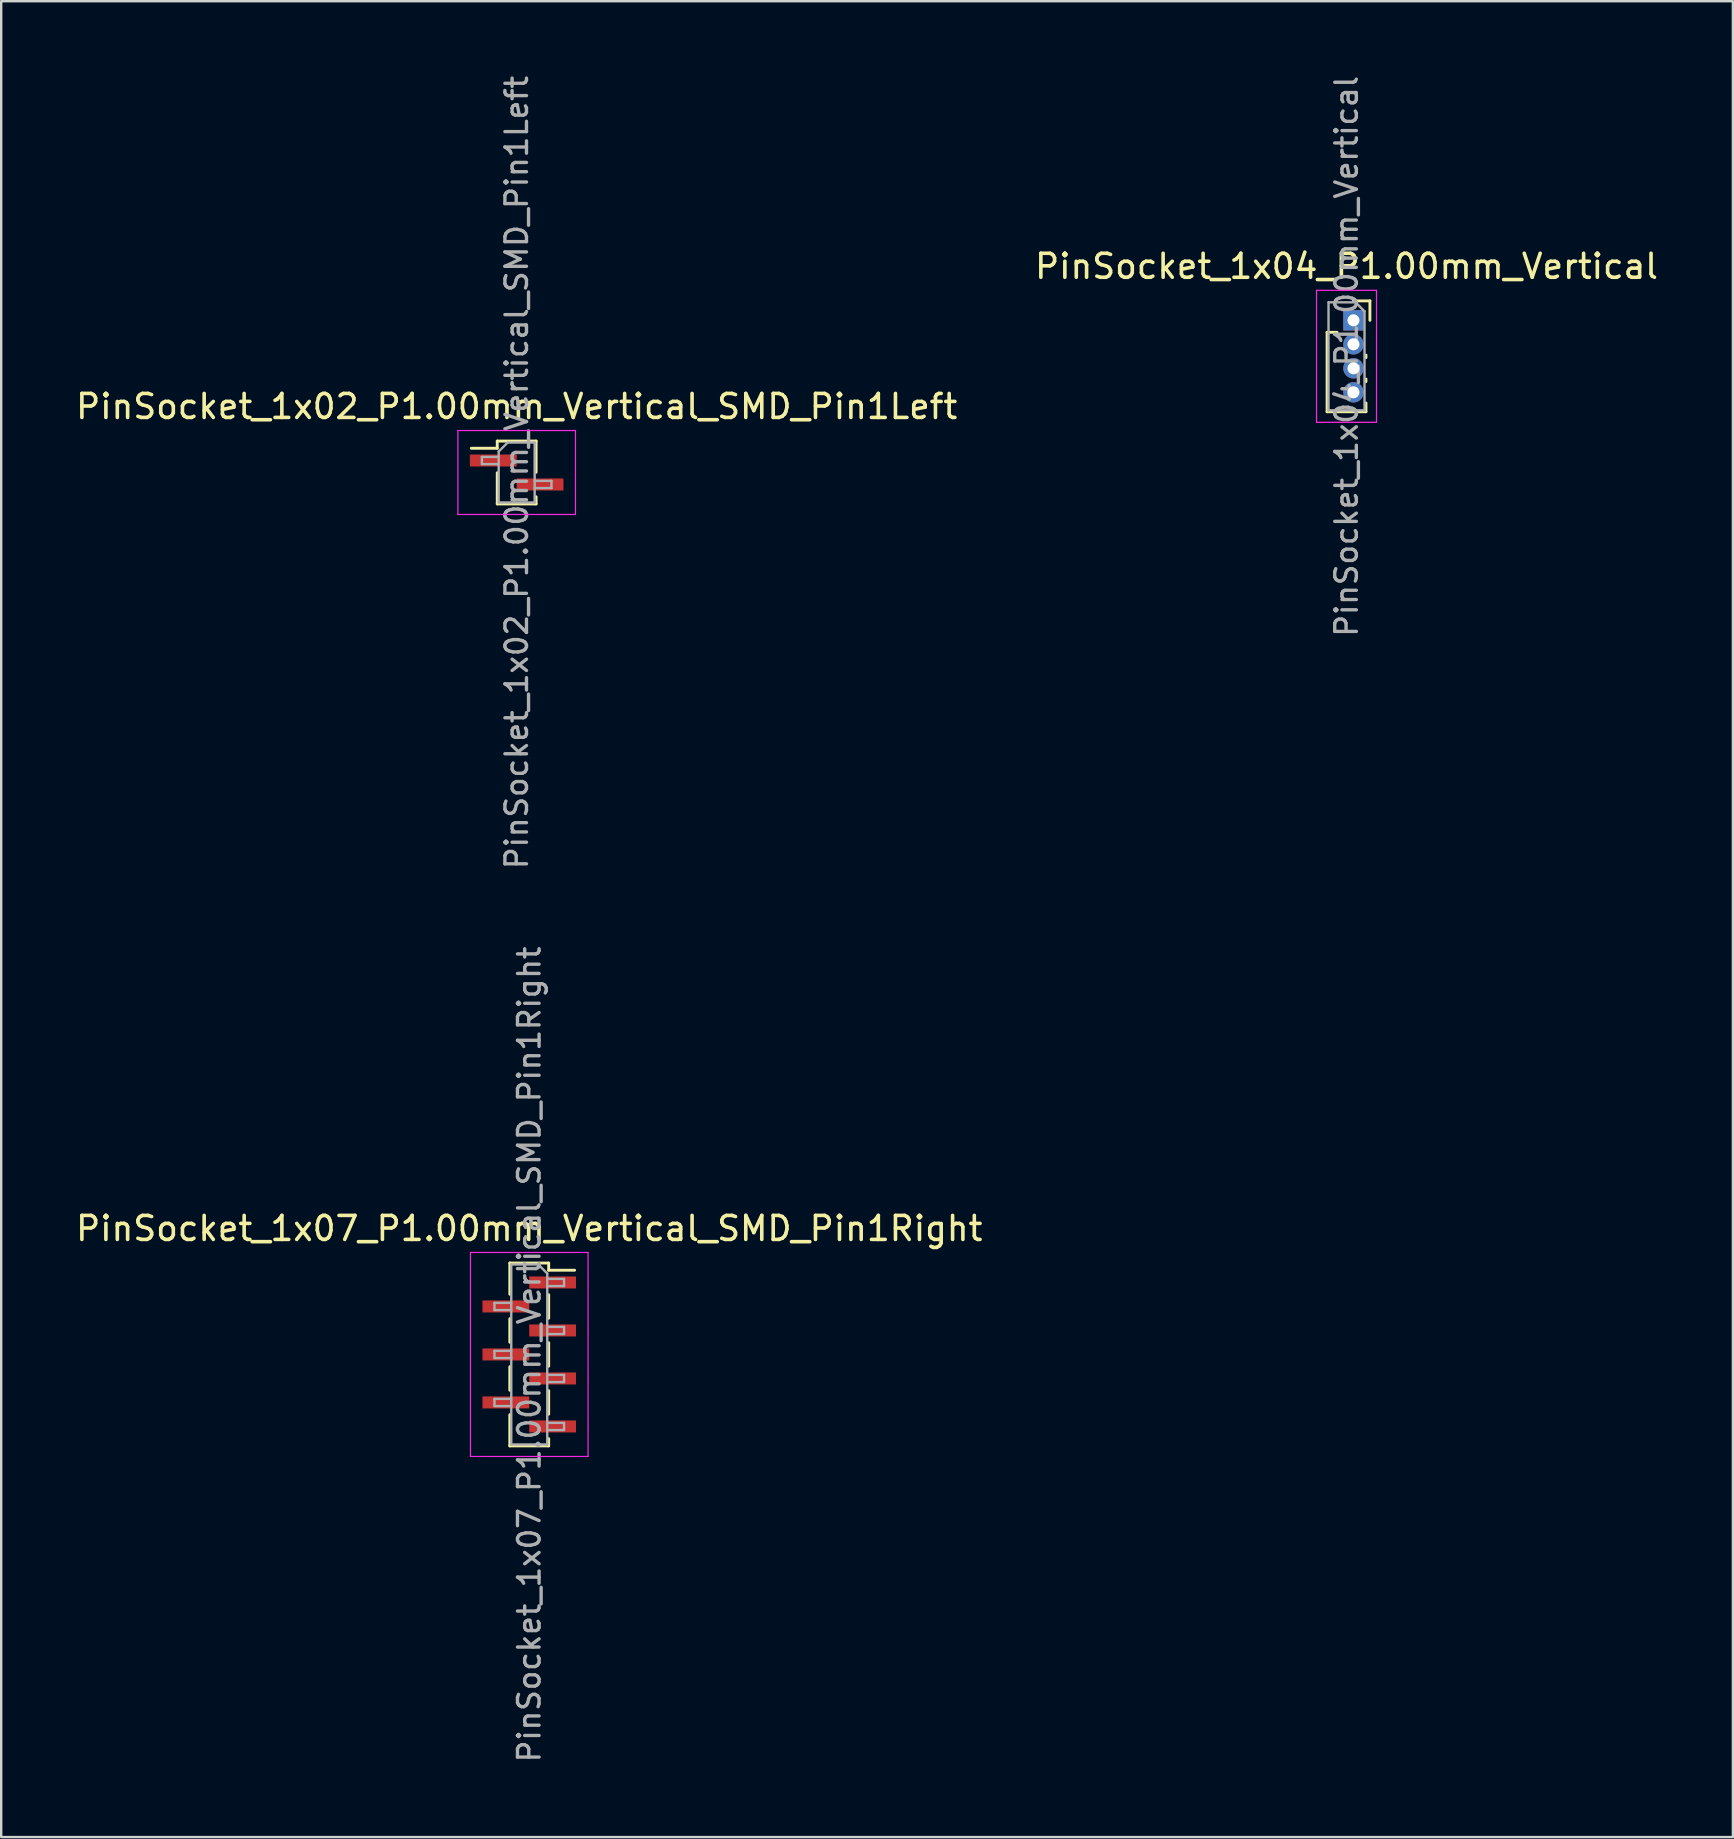
<source format=kicad_pcb>
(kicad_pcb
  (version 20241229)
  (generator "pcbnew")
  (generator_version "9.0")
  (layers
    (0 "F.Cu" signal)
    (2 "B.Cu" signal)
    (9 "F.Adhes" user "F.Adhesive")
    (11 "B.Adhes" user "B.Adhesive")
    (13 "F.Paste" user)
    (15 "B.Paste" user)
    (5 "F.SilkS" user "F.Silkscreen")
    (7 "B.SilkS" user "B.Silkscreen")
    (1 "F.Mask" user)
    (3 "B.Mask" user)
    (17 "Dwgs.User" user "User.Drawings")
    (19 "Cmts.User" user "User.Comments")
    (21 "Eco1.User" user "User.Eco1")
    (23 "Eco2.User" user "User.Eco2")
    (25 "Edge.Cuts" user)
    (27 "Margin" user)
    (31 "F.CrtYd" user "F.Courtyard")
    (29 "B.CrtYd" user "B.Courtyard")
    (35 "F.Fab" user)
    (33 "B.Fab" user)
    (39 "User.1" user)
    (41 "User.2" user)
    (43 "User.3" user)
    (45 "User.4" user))
  (footprint "PinSocket_1x02_P1.00mm_Vertical_SMD_Pin1Left"
    (layer "F.Cu")
    (at 18.482 16.641)
    (property "Reference" "PinSocket_1x02_P1.00mm_Vertical_SMD_Pin1Left" (at 0 -2.75 0) (layer "F.SilkS") (effects (font (size 1 1) (thickness 0.15))))
    (attr smd)
    (fp_line (start -1.89 -1.01) (end -0.81 -1.01) (stroke (width 0.12) (type solid)) (layer "F.SilkS"))
    (fp_line (start -0.81 -1.31) (end -0.81 -1.01) (stroke (width 0.12) (type solid)) (layer "F.SilkS"))
    (fp_line (start -0.81 -1.31) (end 0.81 -1.31) (stroke (width 0.12) (type solid)) (layer "F.SilkS"))
    (fp_line (start -0.81 0.01) (end -0.81 1.31) (stroke (width 0.12) (type solid)) (layer "F.SilkS"))
    (fp_line (start -0.81 1.31) (end 0.81 1.31) (stroke (width 0.12) (type solid)) (layer "F.SilkS"))
    (fp_line (start 0.81 -1.31) (end 0.81 -0.01) (stroke (width 0.12) (type solid)) (layer "F.SilkS"))
    (fp_line (start 0.81 1.01) (end 0.81 1.31) (stroke (width 0.12) (type solid)) (layer "F.SilkS"))
    (fp_line (start -2.45 -1.75) (end 2.45 -1.75) (stroke (width 0.05) (type solid)) (layer "F.CrtYd"))
    (fp_line (start -2.45 1.75) (end -2.45 -1.75) (stroke (width 0.05) (type solid)) (layer "F.CrtYd"))
    (fp_line (start 2.45 -1.75) (end 2.45 1.75) (stroke (width 0.05) (type solid)) (layer "F.CrtYd"))
    (fp_line (start 2.45 1.75) (end -2.45 1.75) (stroke (width 0.05) (type solid)) (layer "F.CrtYd"))
    (fp_line (start -1.45 -0.65) (end -0.75 -0.65) (stroke (width 0.1) (type solid)) (layer "F.Fab"))
    (fp_line (start -1.45 -0.35) (end -1.45 -0.65) (stroke (width 0.1) (type solid)) (layer "F.Fab"))
    (fp_line (start -0.75 -0.875) (end -0.375 -1.25) (stroke (width 0.1) (type solid)) (layer "F.Fab"))
    (fp_line (start -0.75 -0.35) (end -1.45 -0.35) (stroke (width 0.1) (type solid)) (layer "F.Fab"))
    (fp_line (start -0.75 1.25) (end -0.75 -0.875) (stroke (width 0.1) (type solid)) (layer "F.Fab"))
    (fp_line (start -0.375 -1.25) (end 0.75 -1.25) (stroke (width 0.1) (type solid)) (layer "F.Fab"))
    (fp_line (start 0.75 -1.25) (end 0.75 1.25) (stroke (width 0.1) (type solid)) (layer "F.Fab"))
    (fp_line (start 0.75 0.35) (end 1.45 0.35) (stroke (width 0.1) (type solid)) (layer "F.Fab"))
    (fp_line (start 0.75 1.25) (end -0.75 1.25) (stroke (width 0.1) (type solid)) (layer "F.Fab"))
    (fp_line (start 1.45 0.35) (end 1.45 0.65) (stroke (width 0.1) (type solid)) (layer "F.Fab"))
    (fp_line (start 1.45 0.65) (end 0.75 0.65) (stroke (width 0.1) (type solid)) (layer "F.Fab"))
    (fp_text user "${REFERENCE}" (at 0 0 90) (layer "F.Fab") (effects (font (size 0.9 0.9) (thickness 0.14))))
    (pad "1" smd rect (at -0.975 -0.5) (size 1.95 0.5) (layers "F.Cu" "F.Mask" "F.Paste"))
    (pad "2" smd rect (at 0.975 0.5) (size 1.95 0.5) (layers "F.Cu" "F.Mask" "F.Paste")))
  (footprint "PinSocket_1x07_P1.00mm_Vertical_SMD_Pin1Right"
    (layer "F.Cu")
    (at 19.006 53.396)
    (property "Reference" "PinSocket_1x07_P1.00mm_Vertical_SMD_Pin1Right" (at 0 -5.25 0) (layer "F.SilkS") (effects (font (size 1 1) (thickness 0.15))))
    (attr smd)
    (fp_line (start -0.81 -3.81) (end -0.81 -2.51) (stroke (width 0.12) (type solid)) (layer "F.SilkS"))
    (fp_line (start -0.81 -3.81) (end 0.81 -3.81) (stroke (width 0.12) (type solid)) (layer "F.SilkS"))
    (fp_line (start -0.81 -1.49) (end -0.81 -0.51) (stroke (width 0.12) (type solid)) (layer "F.SilkS"))
    (fp_line (start -0.81 0.51) (end -0.81 1.49) (stroke (width 0.12) (type solid)) (layer "F.SilkS"))
    (fp_line (start -0.81 2.51) (end -0.81 3.81) (stroke (width 0.12) (type solid)) (layer "F.SilkS"))
    (fp_line (start -0.81 3.81) (end 0.81 3.81) (stroke (width 0.12) (type solid)) (layer "F.SilkS"))
    (fp_line (start 0.81 -3.81) (end 0.81 -3.51) (stroke (width 0.12) (type solid)) (layer "F.SilkS"))
    (fp_line (start 0.81 -3.51) (end 1.89 -3.51) (stroke (width 0.12) (type solid)) (layer "F.SilkS"))
    (fp_line (start 0.81 -2.49) (end 0.81 -1.51) (stroke (width 0.12) (type solid)) (layer "F.SilkS"))
    (fp_line (start 0.81 -0.49) (end 0.81 0.49) (stroke (width 0.12) (type solid)) (layer "F.SilkS"))
    (fp_line (start 0.81 1.51) (end 0.81 2.49) (stroke (width 0.12) (type solid)) (layer "F.SilkS"))
    (fp_line (start 0.81 3.51) (end 0.81 3.81) (stroke (width 0.12) (type solid)) (layer "F.SilkS"))
    (fp_line (start -2.45 -4.25) (end 2.45 -4.25) (stroke (width 0.05) (type solid)) (layer "F.CrtYd"))
    (fp_line (start -2.45 4.25) (end -2.45 -4.25) (stroke (width 0.05) (type solid)) (layer "F.CrtYd"))
    (fp_line (start 2.45 -4.25) (end 2.45 4.25) (stroke (width 0.05) (type solid)) (layer "F.CrtYd"))
    (fp_line (start 2.45 4.25) (end -2.45 4.25) (stroke (width 0.05) (type solid)) (layer "F.CrtYd"))
    (fp_line (start -1.45 -2.15) (end -0.75 -2.15) (stroke (width 0.1) (type solid)) (layer "F.Fab"))
    (fp_line (start -1.45 -1.85) (end -1.45 -2.15) (stroke (width 0.1) (type solid)) (layer "F.Fab"))
    (fp_line (start -1.45 -0.15) (end -0.75 -0.15) (stroke (width 0.1) (type solid)) (layer "F.Fab"))
    (fp_line (start -1.45 0.15) (end -1.45 -0.15) (stroke (width 0.1) (type solid)) (layer "F.Fab"))
    (fp_line (start -1.45 1.85) (end -0.75 1.85) (stroke (width 0.1) (type solid)) (layer "F.Fab"))
    (fp_line (start -1.45 2.15) (end -1.45 1.85) (stroke (width 0.1) (type solid)) (layer "F.Fab"))
    (fp_line (start -0.75 -3.75) (end 0.375 -3.75) (stroke (width 0.1) (type solid)) (layer "F.Fab"))
    (fp_line (start -0.75 -1.85) (end -1.45 -1.85) (stroke (width 0.1) (type solid)) (layer "F.Fab"))
    (fp_line (start -0.75 0.15) (end -1.45 0.15) (stroke (width 0.1) (type solid)) (layer "F.Fab"))
    (fp_line (start -0.75 2.15) (end -1.45 2.15) (stroke (width 0.1) (type solid)) (layer "F.Fab"))
    (fp_line (start -0.75 3.75) (end -0.75 -3.75) (stroke (width 0.1) (type solid)) (layer "F.Fab"))
    (fp_line (start 0.375 -3.75) (end 0.75 -3.375) (stroke (width 0.1) (type solid)) (layer "F.Fab"))
    (fp_line (start 0.75 -3.375) (end 0.75 3.75) (stroke (width 0.1) (type solid)) (layer "F.Fab"))
    (fp_line (start 0.75 -3.15) (end 1.45 -3.15) (stroke (width 0.1) (type solid)) (layer "F.Fab"))
    (fp_line (start 0.75 -1.15) (end 1.45 -1.15) (stroke (width 0.1) (type solid)) (layer "F.Fab"))
    (fp_line (start 0.75 0.85) (end 1.45 0.85) (stroke (width 0.1) (type solid)) (layer "F.Fab"))
    (fp_line (start 0.75 2.85) (end 1.45 2.85) (stroke (width 0.1) (type solid)) (layer "F.Fab"))
    (fp_line (start 0.75 3.75) (end -0.75 3.75) (stroke (width 0.1) (type solid)) (layer "F.Fab"))
    (fp_line (start 1.45 -3.15) (end 1.45 -2.85) (stroke (width 0.1) (type solid)) (layer "F.Fab"))
    (fp_line (start 1.45 -2.85) (end 0.75 -2.85) (stroke (width 0.1) (type solid)) (layer "F.Fab"))
    (fp_line (start 1.45 -1.15) (end 1.45 -0.85) (stroke (width 0.1) (type solid)) (layer "F.Fab"))
    (fp_line (start 1.45 -0.85) (end 0.75 -0.85) (stroke (width 0.1) (type solid)) (layer "F.Fab"))
    (fp_line (start 1.45 0.85) (end 1.45 1.15) (stroke (width 0.1) (type solid)) (layer "F.Fab"))
    (fp_line (start 1.45 1.15) (end 0.75 1.15) (stroke (width 0.1) (type solid)) (layer "F.Fab"))
    (fp_line (start 1.45 2.85) (end 1.45 3.15) (stroke (width 0.1) (type solid)) (layer "F.Fab"))
    (fp_line (start 1.45 3.15) (end 0.75 3.15) (stroke (width 0.1) (type solid)) (layer "F.Fab"))
    (fp_text user "${REFERENCE}" (at 0 0 90) (layer "F.Fab") (effects (font (size 0.9 0.9) (thickness 0.14))))
    (pad "1" smd rect (at 0.975 -3) (size 1.95 0.5) (layers "F.Cu" "F.Mask" "F.Paste"))
    (pad "2" smd rect (at -0.975 -2) (size 1.95 0.5) (layers "F.Cu" "F.Mask" "F.Paste"))
    (pad "3" smd rect (at 0.975 -1) (size 1.95 0.5) (layers "F.Cu" "F.Mask" "F.Paste"))
    (pad "4" smd rect (at -0.975 0) (size 1.95 0.5) (layers "F.Cu" "F.Mask" "F.Paste"))
    (pad "5" smd rect (at 0.975 1) (size 1.95 0.5) (layers "F.Cu" "F.Mask" "F.Paste"))
    (pad "6" smd rect (at -0.975 2) (size 1.95 0.5) (layers "F.Cu" "F.Mask" "F.Paste"))
    (pad "7" smd rect (at 0.975 3) (size 1.95 0.5) (layers "F.Cu" "F.Mask" "F.Paste")))
  (footprint "PinSocket_1x04_P1.00mm_Vertical"
    (layer "F.Cu")
    (at 53.355 10.299)
    (property "Reference" "PinSocket_1x04_P1.00mm_Vertical" (at -0.29 -2.25 0) (layer "F.SilkS") (effects (font (size 1 1) (thickness 0.15))))
    (attr through_hole)
    (fp_line (start -1.1 0.5) (end -1.1 3.81) (stroke (width 0.12) (type solid)) (layer "F.SilkS"))
    (fp_line (start -1.1 0.5) (end -0.685 0.5) (stroke (width 0.12) (type solid)) (layer "F.SilkS"))
    (fp_line (start -1.1 3.81) (end 0.52 3.81) (stroke (width 0.12) (type solid)) (layer "F.SilkS"))
    (fp_line (start 0 -0.81) (end 0.685 -0.81) (stroke (width 0.12) (type solid)) (layer "F.SilkS"))
    (fp_line (start 0.52 1.446) (end 0.52 1.554) (stroke (width 0.12) (type solid)) (layer "F.SilkS"))
    (fp_line (start 0.52 2.446) (end 0.52 2.554) (stroke (width 0.12) (type solid)) (layer "F.SilkS"))
    (fp_line (start 0.52 3.446) (end 0.52 3.81) (stroke (width 0.12) (type solid)) (layer "F.SilkS"))
    (fp_line (start 0.685 -0.81) (end 0.685 0) (stroke (width 0.12) (type solid)) (layer "F.SilkS"))
    (fp_line (start -1.54 -1.25) (end 0.96 -1.25) (stroke (width 0.05) (type solid)) (layer "F.CrtYd"))
    (fp_line (start -1.54 4.25) (end -1.54 -1.25) (stroke (width 0.05) (type solid)) (layer "F.CrtYd"))
    (fp_line (start 0.96 -1.25) (end 0.96 4.25) (stroke (width 0.05) (type solid)) (layer "F.CrtYd"))
    (fp_line (start 0.96 4.25) (end -1.54 4.25) (stroke (width 0.05) (type solid)) (layer "F.CrtYd"))
    (fp_line (start -1.04 -0.75) (end 0.085 -0.75) (stroke (width 0.1) (type solid)) (layer "F.Fab"))
    (fp_line (start -1.04 3.75) (end -1.04 -0.75) (stroke (width 0.1) (type solid)) (layer "F.Fab"))
    (fp_line (start 0.085 -0.75) (end 0.46 -0.375) (stroke (width 0.1) (type solid)) (layer "F.Fab"))
    (fp_line (start 0.46 -0.375) (end 0.46 3.75) (stroke (width 0.1) (type solid)) (layer "F.Fab"))
    (fp_line (start 0.46 3.75) (end -1.04 3.75) (stroke (width 0.1) (type solid)) (layer "F.Fab"))
    (fp_text user "${REFERENCE}" (at -0.29 1.5 90) (layer "F.Fab") (effects (font (size 0.9 0.9) (thickness 0.14))))
    (pad "1" thru_hole rect (at 0 0) (size 0.85 0.85) (drill 0.5) (layers "*.Cu" "*.Mask"))
    (pad "2" thru_hole oval (at 0 1) (size 0.85 0.85) (drill 0.5) (layers "*.Cu" "*.Mask"))
    (pad "3" thru_hole oval (at 0 2) (size 0.85 0.85) (drill 0.5) (layers "*.Cu" "*.Mask"))
    (pad "4" thru_hole oval (at 0 3) (size 0.85 0.85) (drill 0.5) (layers "*.Cu" "*.Mask")))
  (gr_rect
    (start -3 -3)
    (end 69.167 73.509)
    (stroke (width 0.1) (type default))
    (fill no)
    (layer "Edge.Cuts")))
</source>
